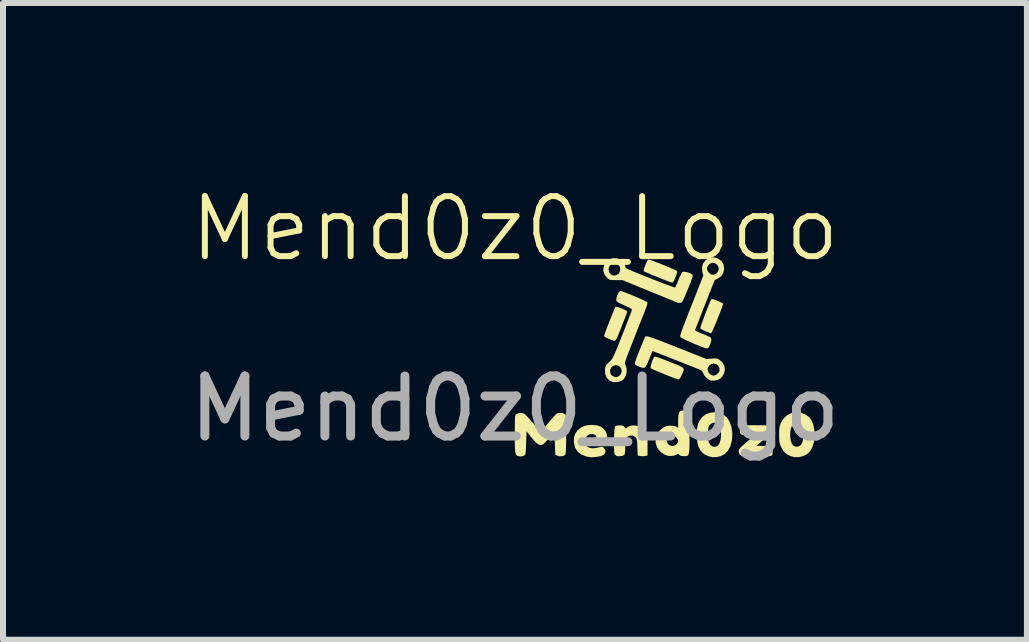
<source format=kicad_pcb>
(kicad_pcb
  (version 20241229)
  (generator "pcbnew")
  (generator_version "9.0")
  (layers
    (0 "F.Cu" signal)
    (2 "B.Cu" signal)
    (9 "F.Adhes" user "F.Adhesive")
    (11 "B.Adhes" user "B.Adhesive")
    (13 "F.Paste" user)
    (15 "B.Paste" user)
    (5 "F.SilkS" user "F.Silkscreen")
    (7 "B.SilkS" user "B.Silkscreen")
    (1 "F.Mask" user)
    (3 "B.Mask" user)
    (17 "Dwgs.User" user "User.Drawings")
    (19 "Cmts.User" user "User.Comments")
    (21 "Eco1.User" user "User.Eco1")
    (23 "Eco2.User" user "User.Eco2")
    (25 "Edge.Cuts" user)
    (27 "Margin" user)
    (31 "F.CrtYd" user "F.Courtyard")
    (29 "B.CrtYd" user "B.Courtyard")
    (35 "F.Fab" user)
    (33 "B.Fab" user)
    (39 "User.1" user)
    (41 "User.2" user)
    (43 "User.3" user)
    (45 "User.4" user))
  (footprint "Mend0z0_Logo"
    (layer "F.Cu")
    (at 5.53 1.26)
    (property "Reference" "Mend0z0_Logo" (at 0 -0.5 0) (unlocked yes) (layer "F.SilkS") (effects (font (size 1 1) (thickness 0.1))))
    (fp_poly (pts (xy 2.376 1.643) (xy 2.433 1.663) (xy 2.511 1.692) (xy 2.58 1.72) (xy 2.663 1.753) (xy 2.725 1.778) (xy 2.769 1.799) (xy 2.796 1.817) (xy 2.81 1.835) (xy 2.812 1.855) (xy 2.804 1.881) (xy 2.789 1.915) (xy 2.776 1.944) (xy 2.753 1.988) (xy 2.734 2.009) (xy 2.723 2.012) (xy 2.704 2.007) (xy 2.667 1.994) (xy 2.614 1.974) (xy 2.551 1.95) (xy 2.487 1.924) (xy 2.418 1.895) (xy 2.357 1.87) (xy 2.308 1.848) (xy 2.275 1.833) (xy 2.261 1.825) (xy 2.26 1.808) (xy 2.266 1.776) (xy 2.277 1.735) (xy 2.292 1.693) (xy 2.308 1.658) (xy 2.322 1.636) (xy 2.323 1.634) (xy 2.339 1.634)) (stroke (width 0) (type solid)) (fill yes) (layer "F.SilkS"))
    (fp_poly (pts (xy 2.238 0.017) (xy 2.273 0.028) (xy 2.322 0.046) (xy 2.38 0.068) (xy 2.445 0.093) (xy 2.51 0.12) (xy 2.573 0.146) (xy 2.627 0.17) (xy 2.67 0.19) (xy 2.697 0.205) (xy 2.704 0.21) (xy 2.702 0.228) (xy 2.692 0.262) (xy 2.677 0.306) (xy 2.674 0.312) (xy 2.651 0.365) (xy 2.631 0.393) (xy 2.619 0.399) (xy 2.602 0.394) (xy 2.565 0.381) (xy 2.513 0.362) (xy 2.45 0.337) (xy 2.379 0.309) (xy 2.376 0.308) (xy 2.306 0.279) (xy 2.245 0.253) (xy 2.195 0.232) (xy 2.16 0.216) (xy 2.145 0.209) (xy 2.145 0.209) (xy 2.145 0.193) (xy 2.153 0.162) (xy 2.167 0.123) (xy 2.184 0.081) (xy 2.201 0.045) (xy 2.216 0.02) (xy 2.222 0.014)) (stroke (width 0) (type solid)) (fill yes) (layer "F.SilkS"))
    (fp_poly (pts (xy 3.32 0.681) (xy 3.36 0.695) (xy 3.401 0.713) (xy 3.437 0.731) (xy 3.461 0.746) (xy 3.467 0.755) (xy 3.462 0.776) (xy 3.449 0.815) (xy 3.43 0.866) (xy 3.406 0.926) (xy 3.38 0.991) (xy 3.354 1.056) (xy 3.328 1.118) (xy 3.305 1.171) (xy 3.286 1.213) (xy 3.273 1.238) (xy 3.268 1.243) (xy 3.25 1.238) (xy 3.217 1.226) (xy 3.174 1.209) (xy 3.173 1.208) (xy 3.132 1.189) (xy 3.102 1.172) (xy 3.088 1.16) (xy 3.088 1.16) (xy 3.091 1.145) (xy 3.102 1.111) (xy 3.119 1.062) (xy 3.14 1.003) (xy 3.164 0.938) (xy 3.189 0.872) (xy 3.214 0.809) (xy 3.236 0.753) (xy 3.255 0.709) (xy 3.268 0.681) (xy 3.272 0.674) (xy 3.289 0.673)) (stroke (width 0) (type solid)) (fill yes) (layer "F.SilkS"))
    (fp_poly (pts (xy 1.693 0.803) (xy 1.727 0.812) (xy 1.77 0.827) (xy 1.782 0.832) (xy 1.829 0.852) (xy 1.856 0.866) (xy 1.868 0.878) (xy 1.868 0.892) (xy 1.867 0.897) (xy 1.86 0.916) (xy 1.845 0.955) (xy 1.825 1.01) (xy 1.799 1.075) (xy 1.771 1.146) (xy 1.771 1.147) (xy 1.738 1.23) (xy 1.712 1.292) (xy 1.692 1.334) (xy 1.676 1.359) (xy 1.665 1.369) (xy 1.663 1.369) (xy 1.641 1.364) (xy 1.604 1.352) (xy 1.563 1.336) (xy 1.523 1.318) (xy 1.495 1.301) (xy 1.484 1.29) (xy 1.489 1.272) (xy 1.501 1.237) (xy 1.519 1.187) (xy 1.542 1.127) (xy 1.567 1.062) (xy 1.593 0.996) (xy 1.619 0.933) (xy 1.641 0.878) (xy 1.66 0.835) (xy 1.673 0.808) (xy 1.677 0.802)) (stroke (width 0) (type solid)) (fill yes) (layer "F.SilkS"))
    (fp_poly (pts (xy 3.402 2.57) (xy 3.471 2.598) (xy 3.528 2.642) (xy 3.543 2.66) (xy 3.584 2.732) (xy 3.611 2.82) (xy 3.622 2.916) (xy 3.617 3.015) (xy 3.614 3.033) (xy 3.588 3.128) (xy 3.548 3.202) (xy 3.495 3.256) (xy 3.427 3.29) (xy 3.42 3.292) (xy 3.351 3.307) (xy 3.29 3.307) (xy 3.222 3.291) (xy 3.152 3.258) (xy 3.098 3.207) (xy 3.06 3.137) (xy 3.036 3.047) (xy 3.028 2.938) (xy 3.028 2.927) (xy 3.028 2.925) (xy 3.212 2.925) (xy 3.213 2.987) (xy 3.216 3.015) (xy 3.233 3.068) (xy 3.261 3.108) (xy 3.297 3.131) (xy 3.337 3.135) (xy 3.376 3.119) (xy 3.386 3.11) (xy 3.411 3.07) (xy 3.427 3.014) (xy 3.435 2.949) (xy 3.433 2.882) (xy 3.421 2.82) (xy 3.407 2.784) (xy 3.377 2.75) (xy 3.337 2.733) (xy 3.294 2.736) (xy 3.256 2.758) (xy 3.241 2.775) (xy 3.226 2.811) (xy 3.216 2.864) (xy 3.212 2.925) (xy 3.028 2.925) (xy 3.033 2.833) (xy 3.049 2.758) (xy 3.077 2.695) (xy 3.12 2.639) (xy 3.126 2.633) (xy 3.183 2.591) (xy 3.253 2.566) (xy 3.327 2.559)) (stroke (width 0) (type solid)) (fill yes) (layer "F.SilkS"))
    (fp_poly (pts (xy 4.756 2.564) (xy 4.832 2.591) (xy 4.901 2.64) (xy 4.902 2.64) (xy 4.939 2.69) (xy 4.968 2.757) (xy 4.987 2.837) (xy 4.995 2.922) (xy 4.991 3.008) (xy 4.987 3.033) (xy 4.961 3.128) (xy 4.922 3.202) (xy 4.868 3.256) (xy 4.8 3.29) (xy 4.793 3.292) (xy 4.724 3.307) (xy 4.663 3.307) (xy 4.596 3.291) (xy 4.533 3.262) (xy 4.482 3.215) (xy 4.44 3.148) (xy 4.434 3.136) (xy 4.419 3.099) (xy 4.409 3.066) (xy 4.404 3.027) (xy 4.402 2.976) (xy 4.402 2.933) (xy 4.402 2.907) (xy 4.586 2.907) (xy 4.586 2.969) (xy 4.594 3.028) (xy 4.612 3.078) (xy 4.639 3.115) (xy 4.643 3.119) (xy 4.681 3.133) (xy 4.723 3.13) (xy 4.759 3.11) (xy 4.759 3.11) (xy 4.785 3.069) (xy 4.802 3.011) (xy 4.809 2.941) (xy 4.807 2.901) (xy 4.795 2.825) (xy 4.771 2.771) (xy 4.737 2.741) (xy 4.691 2.732) (xy 4.665 2.737) (xy 4.634 2.756) (xy 4.61 2.795) (xy 4.594 2.847) (xy 4.586 2.907) (xy 4.402 2.907) (xy 4.402 2.868) (xy 4.406 2.821) (xy 4.413 2.784) (xy 4.425 2.749) (xy 4.431 2.734) (xy 4.476 2.662) (xy 4.535 2.608) (xy 4.604 2.573) (xy 4.679 2.558)) (stroke (width 0) (type solid)) (fill yes) (layer "F.SilkS"))
    (fp_poly (pts (xy 1.785 2.779) (xy 1.811 2.79) (xy 1.823 2.802) (xy 1.845 2.829) (xy 1.881 2.803) (xy 1.927 2.783) (xy 1.984 2.778) (xy 2.045 2.787) (xy 2.086 2.803) (xy 2.122 2.829) (xy 2.158 2.865) (xy 2.171 2.881) (xy 2.186 2.904) (xy 2.197 2.923) (xy 2.203 2.946) (xy 2.207 2.976) (xy 2.208 3.019) (xy 2.209 3.081) (xy 2.209 3.106) (xy 2.209 3.278) (xy 2.168 3.288) (xy 2.125 3.293) (xy 2.086 3.288) (xy 2.045 3.278) (xy 2.039 3.136) (xy 2.036 3.073) (xy 2.032 3.031) (xy 2.027 3.003) (xy 2.018 2.986) (xy 2.007 2.973) (xy 2.003 2.969) (xy 1.96 2.948) (xy 1.915 2.947) (xy 1.875 2.966) (xy 1.863 2.979) (xy 1.851 2.998) (xy 1.843 3.021) (xy 1.839 3.055) (xy 1.837 3.106) (xy 1.837 3.135) (xy 1.836 3.2) (xy 1.832 3.243) (xy 1.824 3.267) (xy 1.82 3.271) (xy 1.79 3.285) (xy 1.747 3.292) (xy 1.703 3.29) (xy 1.701 3.29) (xy 1.674 3.273) (xy 1.659 3.25) (xy 1.654 3.224) (xy 1.651 3.18) (xy 1.65 3.123) (xy 1.65 3.058) (xy 1.651 2.991) (xy 1.653 2.926) (xy 1.657 2.868) (xy 1.662 2.824) (xy 1.667 2.797) (xy 1.67 2.793) (xy 1.691 2.784) (xy 1.726 2.777) (xy 1.743 2.777)) (stroke (width 0) (type solid)) (fill yes) (layer "F.SilkS"))
    (fp_poly (pts (xy 4.085 2.776) (xy 4.145 2.776) (xy 4.187 2.778) (xy 4.216 2.782) (xy 4.236 2.787) (xy 4.249 2.794) (xy 4.255 2.799) (xy 4.276 2.831) (xy 4.281 2.859) (xy 4.278 2.877) (xy 4.267 2.897) (xy 4.245 2.922) (xy 4.209 2.957) (xy 4.156 3.004) (xy 4.154 3.005) (xy 4.027 3.115) (xy 4.145 3.122) (xy 4.198 3.126) (xy 4.242 3.131) (xy 4.271 3.136) (xy 4.278 3.138) (xy 4.288 3.157) (xy 4.293 3.192) (xy 4.294 3.211) (xy 4.292 3.249) (xy 4.286 3.271) (xy 4.27 3.282) (xy 4.262 3.286) (xy 4.236 3.291) (xy 4.191 3.294) (xy 4.132 3.296) (xy 4.064 3.297) (xy 3.993 3.297) (xy 3.923 3.296) (xy 3.86 3.293) (xy 3.809 3.29) (xy 3.776 3.285) (xy 3.768 3.283) (xy 3.74 3.257) (xy 3.728 3.217) (xy 3.732 3.182) (xy 3.745 3.162) (xy 3.775 3.131) (xy 3.819 3.09) (xy 3.874 3.044) (xy 3.936 2.994) (xy 3.974 2.964) (xy 3.983 2.955) (xy 3.98 2.95) (xy 3.959 2.947) (xy 3.919 2.946) (xy 3.896 2.946) (xy 3.832 2.943) (xy 3.788 2.935) (xy 3.762 2.92) (xy 3.75 2.894) (xy 3.748 2.857) (xy 3.752 2.821) (xy 3.761 2.794) (xy 3.764 2.79) (xy 3.781 2.784) (xy 3.819 2.78) (xy 3.879 2.777) (xy 3.962 2.775) (xy 4.003 2.775)) (stroke (width 0) (type solid)) (fill yes) (layer "F.SilkS"))
    (fp_poly (pts (xy 1.366 2.777) (xy 1.431 2.799) (xy 1.482 2.839) (xy 1.506 2.869) (xy 1.529 2.918) (xy 1.536 2.971) (xy 1.528 3.02) (xy 1.506 3.057) (xy 1.491 3.068) (xy 1.473 3.076) (xy 1.447 3.081) (xy 1.408 3.083) (xy 1.351 3.084) (xy 1.329 3.084) (xy 1.265 3.085) (xy 1.222 3.086) (xy 1.196 3.09) (xy 1.184 3.096) (xy 1.182 3.103) (xy 1.193 3.122) (xy 1.221 3.141) (xy 1.258 3.155) (xy 1.294 3.16) (xy 1.328 3.157) (xy 1.374 3.149) (xy 1.397 3.144) (xy 1.436 3.136) (xy 1.458 3.136) (xy 1.474 3.145) (xy 1.486 3.158) (xy 1.508 3.199) (xy 1.507 3.235) (xy 1.482 3.265) (xy 1.435 3.288) (xy 1.388 3.298) (xy 1.321 3.307) (xy 1.267 3.309) (xy 1.216 3.302) (xy 1.18 3.293) (xy 1.102 3.261) (xy 1.043 3.213) (xy 1.003 3.15) (xy 0.984 3.071) (xy 0.983 3.059) (xy 0.984 2.993) (xy 1.175 2.993) (xy 1.176 2.996) (xy 1.193 3.004) (xy 1.227 3.008) (xy 1.268 3.007) (xy 1.307 3.002) (xy 1.336 2.993) (xy 1.34 2.99) (xy 1.356 2.968) (xy 1.351 2.947) (xy 1.326 2.931) (xy 1.287 2.923) (xy 1.246 2.925) (xy 1.214 2.941) (xy 1.203 2.951) (xy 1.182 2.975) (xy 1.175 2.993) (xy 0.984 2.993) (xy 0.984 2.982) (xy 1.002 2.92) (xy 1.039 2.866) (xy 1.047 2.857) (xy 1.102 2.812) (xy 1.164 2.784) (xy 1.239 2.771) (xy 1.283 2.77)) (stroke (width 0) (type solid)) (fill yes) (layer "F.SilkS"))
    (fp_poly (pts (xy 2.84 2.53) (xy 2.861 2.532) (xy 2.877 2.54) (xy 2.889 2.555) (xy 2.898 2.58) (xy 2.903 2.617) (xy 2.906 2.671) (xy 2.908 2.742) (xy 2.908 2.834) (xy 2.908 2.913) (xy 2.908 3.02) (xy 2.908 3.105) (xy 2.906 3.17) (xy 2.902 3.217) (xy 2.896 3.25) (xy 2.887 3.271) (xy 2.874 3.283) (xy 2.856 3.289) (xy 2.833 3.29) (xy 2.811 3.29) (xy 2.767 3.286) (xy 2.741 3.272) (xy 2.737 3.267) (xy 2.72 3.252) (xy 2.703 3.258) (xy 2.701 3.26) (xy 2.664 3.278) (xy 2.612 3.287) (xy 2.558 3.286) (xy 2.551 3.285) (xy 2.491 3.264) (xy 2.433 3.224) (xy 2.386 3.173) (xy 2.37 3.148) (xy 2.345 3.075) (xy 2.344 3.034) (xy 2.53 3.034) (xy 2.541 3.075) (xy 2.568 3.104) (xy 2.606 3.119) (xy 2.648 3.118) (xy 2.687 3.097) (xy 2.69 3.094) (xy 2.715 3.057) (xy 2.715 3.018) (xy 2.69 2.979) (xy 2.688 2.976) (xy 2.65 2.952) (xy 2.608 2.948) (xy 2.57 2.961) (xy 2.542 2.989) (xy 2.53 3.03) (xy 2.53 3.034) (xy 2.344 3.034) (xy 2.343 3.002) (xy 2.364 2.931) (xy 2.407 2.868) (xy 2.46 2.823) (xy 2.502 2.797) (xy 2.54 2.785) (xy 2.587 2.782) (xy 2.592 2.782) (xy 2.646 2.786) (xy 2.685 2.798) (xy 2.691 2.801) (xy 2.719 2.821) (xy 2.719 2.703) (xy 2.721 2.633) (xy 2.728 2.584) (xy 2.741 2.553) (xy 2.764 2.536) (xy 2.797 2.53) (xy 2.813 2.53)) (stroke (width 0) (type solid)) (fill yes) (layer "F.SilkS"))
    (fp_poly (pts (xy 3.362 -0.01) (xy 3.383 -0.001) (xy 3.439 0.038) (xy 3.473 0.088) (xy 3.485 0.151) (xy 3.484 0.178) (xy 3.469 0.243) (xy 3.434 0.293) (xy 3.379 0.331) (xy 3.379 0.331) (xy 3.328 0.356) (xy 3.165 0.77) (xy 3.127 0.867) (xy 3.092 0.955) (xy 3.062 1.034) (xy 3.036 1.1) (xy 3.016 1.15) (xy 3.004 1.182) (xy 3 1.192) (xy 3.009 1.2) (xy 3.038 1.215) (xy 3.08 1.234) (xy 3.119 1.25) (xy 3.172 1.271) (xy 3.216 1.291) (xy 3.247 1.305) (xy 3.258 1.311) (xy 3.272 1.338) (xy 3.268 1.381) (xy 3.249 1.439) (xy 3.23 1.475) (xy 3.213 1.492) (xy 3.195 1.495) (xy 3.174 1.49) (xy 3.135 1.476) (xy 3.081 1.456) (xy 3.018 1.431) (xy 2.967 1.41) (xy 2.901 1.381) (xy 2.843 1.355) (xy 2.797 1.332) (xy 2.767 1.315) (xy 2.757 1.308) (xy 2.755 1.301) (xy 2.754 1.292) (xy 2.755 1.278) (xy 2.76 1.259) (xy 2.769 1.231) (xy 2.782 1.192) (xy 2.801 1.141) (xy 2.826 1.076) (xy 2.858 0.994) (xy 2.897 0.893) (xy 2.945 0.772) (xy 2.965 0.723) (xy 3.138 0.282) (xy 3.123 0.223) (xy 3.119 0.187) (xy 3.202 0.187) (xy 3.227 0.23) (xy 3.236 0.239) (xy 3.276 0.266) (xy 3.315 0.268) (xy 3.355 0.245) (xy 3.371 0.229) (xy 3.395 0.187) (xy 3.394 0.145) (xy 3.37 0.103) (xy 3.331 0.074) (xy 3.288 0.068) (xy 3.246 0.085) (xy 3.227 0.103) (xy 3.202 0.146) (xy 3.202 0.187) (xy 3.119 0.187) (xy 3.115 0.151) (xy 3.131 0.087) (xy 3.17 0.033) (xy 3.178 0.025) (xy 3.236 -0.012) (xy 3.297 -0.024)) (stroke (width 0) (type solid)) (fill yes) (layer "F.SilkS"))
    (fp_poly (pts (xy 2.197 1.293) (xy 2.223 1.299) (xy 2.261 1.31) (xy 2.313 1.328) (xy 2.38 1.352) (xy 2.464 1.385) (xy 2.567 1.425) (xy 2.692 1.474) (xy 2.712 1.482) (xy 3.19 1.672) (xy 3.279 1.665) (xy 3.328 1.662) (xy 3.361 1.664) (xy 3.386 1.672) (xy 3.412 1.688) (xy 3.462 1.735) (xy 3.491 1.791) (xy 3.498 1.851) (xy 3.484 1.912) (xy 3.449 1.968) (xy 3.411 2.003) (xy 3.367 2.024) (xy 3.313 2.033) (xy 3.262 2.029) (xy 3.248 2.025) (xy 3.2 1.994) (xy 3.159 1.95) (xy 3.134 1.904) (xy 3.127 1.887) (xy 3.116 1.873) (xy 3.097 1.859) (xy 3.075 1.848) (xy 3.211 1.848) (xy 3.223 1.893) (xy 3.258 1.929) (xy 3.267 1.935) (xy 3.303 1.949) (xy 3.338 1.942) (xy 3.353 1.935) (xy 3.393 1.902) (xy 3.411 1.861) (xy 3.405 1.815) (xy 3.386 1.782) (xy 3.351 1.755) (xy 3.31 1.747) (xy 3.27 1.757) (xy 3.236 1.782) (xy 3.215 1.819) (xy 3.211 1.848) (xy 3.075 1.848) (xy 3.066 1.843) (xy 3.019 1.824) (xy 2.961 1.801) (xy 2.898 1.776) (xy 2.818 1.745) (xy 2.729 1.709) (xy 2.636 1.673) (xy 2.548 1.638) (xy 2.547 1.638) (xy 2.292 1.538) (xy 2.24 1.665) (xy 2.213 1.731) (xy 2.192 1.776) (xy 2.173 1.804) (xy 2.155 1.817) (xy 2.133 1.819) (xy 2.105 1.812) (xy 2.082 1.804) (xy 2.042 1.788) (xy 2.012 1.771) (xy 2 1.759) (xy 1.999 1.743) (xy 2.007 1.711) (xy 2.023 1.661) (xy 2.049 1.591) (xy 2.078 1.52) (xy 2.106 1.451) (xy 2.132 1.39) (xy 2.152 1.342) (xy 2.166 1.309) (xy 2.172 1.297) (xy 2.172 1.296) (xy 2.18 1.293)) (stroke (width 0) (type solid)) (fill yes) (layer "F.SilkS"))
    (fp_poly (pts (xy 0.793 2.573) (xy 0.826 2.587) (xy 0.835 2.594) (xy 0.842 2.602) (xy 0.847 2.616) (xy 0.85 2.637) (xy 0.852 2.67) (xy 0.854 2.716) (xy 0.854 2.781) (xy 0.854 2.865) (xy 0.854 2.922) (xy 0.854 3.021) (xy 0.852 3.106) (xy 0.85 3.176) (xy 0.847 3.227) (xy 0.843 3.256) (xy 0.842 3.261) (xy 0.817 3.282) (xy 0.779 3.293) (xy 0.736 3.292) (xy 0.707 3.283) (xy 0.672 3.266) (xy 0.665 3.071) (xy 0.659 2.876) (xy 0.577 2.979) (xy 0.539 3.024) (xy 0.503 3.062) (xy 0.474 3.089) (xy 0.461 3.097) (xy 0.43 3.105) (xy 0.399 3.099) (xy 0.365 3.077) (xy 0.324 3.038) (xy 0.275 2.979) (xy 0.193 2.876) (xy 0.187 3.071) (xy 0.184 3.145) (xy 0.182 3.198) (xy 0.178 3.233) (xy 0.174 3.256) (xy 0.167 3.269) (xy 0.158 3.277) (xy 0.149 3.282) (xy 0.115 3.294) (xy 0.081 3.295) (xy 0.054 3.289) (xy 0.038 3.284) (xy 0.025 3.276) (xy 0.015 3.261) (xy 0.008 3.238) (xy 0.003 3.202) (xy -0.000164 3.152) (xy -0.002 3.084) (xy -0.002 2.996) (xy -0.002 2.925) (xy -0.002 2.827) (xy -0.002 2.752) (xy -0.001 2.695) (xy 0.001 2.655) (xy 0.003 2.627) (xy 0.007 2.609) (xy 0.013 2.598) (xy 0.02 2.591) (xy 0.026 2.587) (xy 0.07 2.57) (xy 0.122 2.571) (xy 0.151 2.581) (xy 0.169 2.596) (xy 0.2 2.626) (xy 0.238 2.668) (xy 0.281 2.718) (xy 0.299 2.739) (xy 0.341 2.789) (xy 0.378 2.832) (xy 0.406 2.864) (xy 0.423 2.88) (xy 0.426 2.882) (xy 0.437 2.873) (xy 0.46 2.848) (xy 0.494 2.81) (xy 0.535 2.762) (xy 0.558 2.734) (xy 0.602 2.682) (xy 0.642 2.637) (xy 0.674 2.602) (xy 0.696 2.582) (xy 0.701 2.578) (xy 0.746 2.569)) (stroke (width 0) (type solid)) (fill yes) (layer "F.SilkS"))
    (fp_poly (pts (xy 1.71 -0.003) (xy 1.749 0.015) (xy 1.787 0.044) (xy 1.818 0.078) (xy 1.835 0.111) (xy 1.837 0.122) (xy 1.845 0.149) (xy 1.853 0.158) (xy 1.87 0.168) (xy 1.907 0.185) (xy 1.96 0.208) (xy 2.026 0.235) (xy 2.101 0.266) (xy 2.183 0.299) (xy 2.267 0.332) (xy 2.352 0.365) (xy 2.432 0.396) (xy 2.506 0.424) (xy 2.57 0.448) (xy 2.621 0.466) (xy 2.654 0.477) (xy 2.668 0.48) (xy 2.668 0.48) (xy 2.677 0.465) (xy 2.692 0.431) (xy 2.712 0.386) (xy 2.725 0.353) (xy 2.747 0.302) (xy 2.768 0.259) (xy 2.784 0.23) (xy 2.791 0.222) (xy 2.813 0.217) (xy 2.849 0.221) (xy 2.89 0.232) (xy 2.928 0.247) (xy 2.955 0.264) (xy 2.958 0.267) (xy 2.961 0.279) (xy 2.959 0.299) (xy 2.949 0.332) (xy 2.932 0.38) (xy 2.906 0.446) (xy 2.88 0.51) (xy 2.848 0.588) (xy 2.823 0.646) (xy 2.804 0.686) (xy 2.79 0.713) (xy 2.777 0.728) (xy 2.766 0.735) (xy 2.757 0.737) (xy 2.725 0.736) (xy 2.706 0.732) (xy 2.691 0.725) (xy 2.655 0.711) (xy 2.6 0.688) (xy 2.531 0.66) (xy 2.449 0.626) (xy 2.356 0.589) (xy 2.257 0.548) (xy 2.24 0.541) (xy 1.793 0.358) (xy 1.684 0.357) (xy 1.629 0.356) (xy 1.593 0.353) (xy 1.569 0.346) (xy 1.55 0.333) (xy 1.541 0.325) (xy 1.495 0.269) (xy 1.474 0.207) (xy 1.472 0.18) (xy 1.56 0.18) (xy 1.57 0.228) (xy 1.597 0.263) (xy 1.634 0.28) (xy 1.677 0.279) (xy 1.72 0.257) (xy 1.729 0.249) (xy 1.748 0.215) (xy 1.754 0.172) (xy 1.745 0.131) (xy 1.736 0.117) (xy 1.697 0.088) (xy 1.65 0.081) (xy 1.623 0.087) (xy 1.583 0.111) (xy 1.563 0.15) (xy 1.56 0.18) (xy 1.472 0.18) (xy 1.472 0.177) (xy 1.481 0.128) (xy 1.505 0.076) (xy 1.537 0.034) (xy 1.546 0.026) (xy 1.594 0.002) (xy 1.653 -0.009)) (stroke (width 0) (type solid)) (fill yes) (layer "F.SilkS"))
    (fp_poly (pts (xy 1.78 0.544) (xy 1.819 0.557) (xy 1.871 0.577) (xy 1.931 0.601) (xy 1.994 0.627) (xy 2.057 0.654) (xy 2.113 0.679) (xy 2.159 0.701) (xy 2.189 0.717) (xy 2.198 0.724) (xy 2.203 0.729) (xy 2.206 0.734) (xy 2.207 0.741) (xy 2.206 0.752) (xy 2.202 0.77) (xy 2.193 0.795) (xy 2.18 0.831) (xy 2.162 0.88) (xy 2.137 0.943) (xy 2.106 1.022) (xy 2.067 1.12) (xy 2.02 1.239) (xy 2.001 1.287) (xy 1.955 1.402) (xy 1.918 1.496) (xy 1.889 1.571) (xy 1.867 1.629) (xy 1.851 1.674) (xy 1.841 1.707) (xy 1.835 1.73) (xy 1.833 1.747) (xy 1.835 1.759) (xy 1.839 1.769) (xy 1.842 1.774) (xy 1.861 1.828) (xy 1.861 1.89) (xy 1.846 1.95) (xy 1.816 2.002) (xy 1.784 2.031) (xy 1.746 2.046) (xy 1.697 2.056) (xy 1.649 2.058) (xy 1.629 2.055) (xy 1.571 2.027) (xy 1.528 1.981) (xy 1.504 1.921) (xy 1.502 1.891) (xy 1.585 1.891) (xy 1.6 1.93) (xy 1.618 1.949) (xy 1.663 1.972) (xy 1.706 1.97) (xy 1.734 1.955) (xy 1.767 1.92) (xy 1.779 1.879) (xy 1.773 1.838) (xy 1.751 1.803) (xy 1.714 1.78) (xy 1.68 1.774) (xy 1.638 1.784) (xy 1.606 1.811) (xy 1.587 1.849) (xy 1.585 1.891) (xy 1.502 1.891) (xy 1.5 1.851) (xy 1.505 1.812) (xy 1.514 1.784) (xy 1.533 1.758) (xy 1.566 1.726) (xy 1.569 1.724) (xy 1.586 1.708) (xy 1.601 1.692) (xy 1.615 1.674) (xy 1.629 1.651) (xy 1.645 1.62) (xy 1.664 1.578) (xy 1.687 1.524) (xy 1.716 1.454) (xy 1.751 1.365) (xy 1.791 1.265) (xy 1.829 1.17) (xy 1.863 1.082) (xy 1.893 1.004) (xy 1.918 0.938) (xy 1.937 0.889) (xy 1.948 0.857) (xy 1.951 0.848) (xy 1.94 0.837) (xy 1.91 0.819) (xy 1.866 0.797) (xy 1.821 0.777) (xy 1.764 0.751) (xy 1.726 0.733) (xy 1.703 0.717) (xy 1.692 0.703) (xy 1.688 0.689) (xy 1.691 0.655) (xy 1.703 0.615) (xy 1.721 0.577) (xy 1.741 0.549) (xy 1.759 0.539)) (stroke (width 0) (type solid)) (fill yes) (layer "F.SilkS"))
    (fp_text user "${REFERENCE}" (at 0 2.5 0) (unlocked yes) (layer "F.Fab") (effects (font (size 1 1) (thickness 0.15)))))
  (gr_rect
    (start -3 -3)
    (end 14.06 7.609)
    (stroke (width 0.1) (type default))
    (fill no)
    (layer "Edge.Cuts")))
</source>
